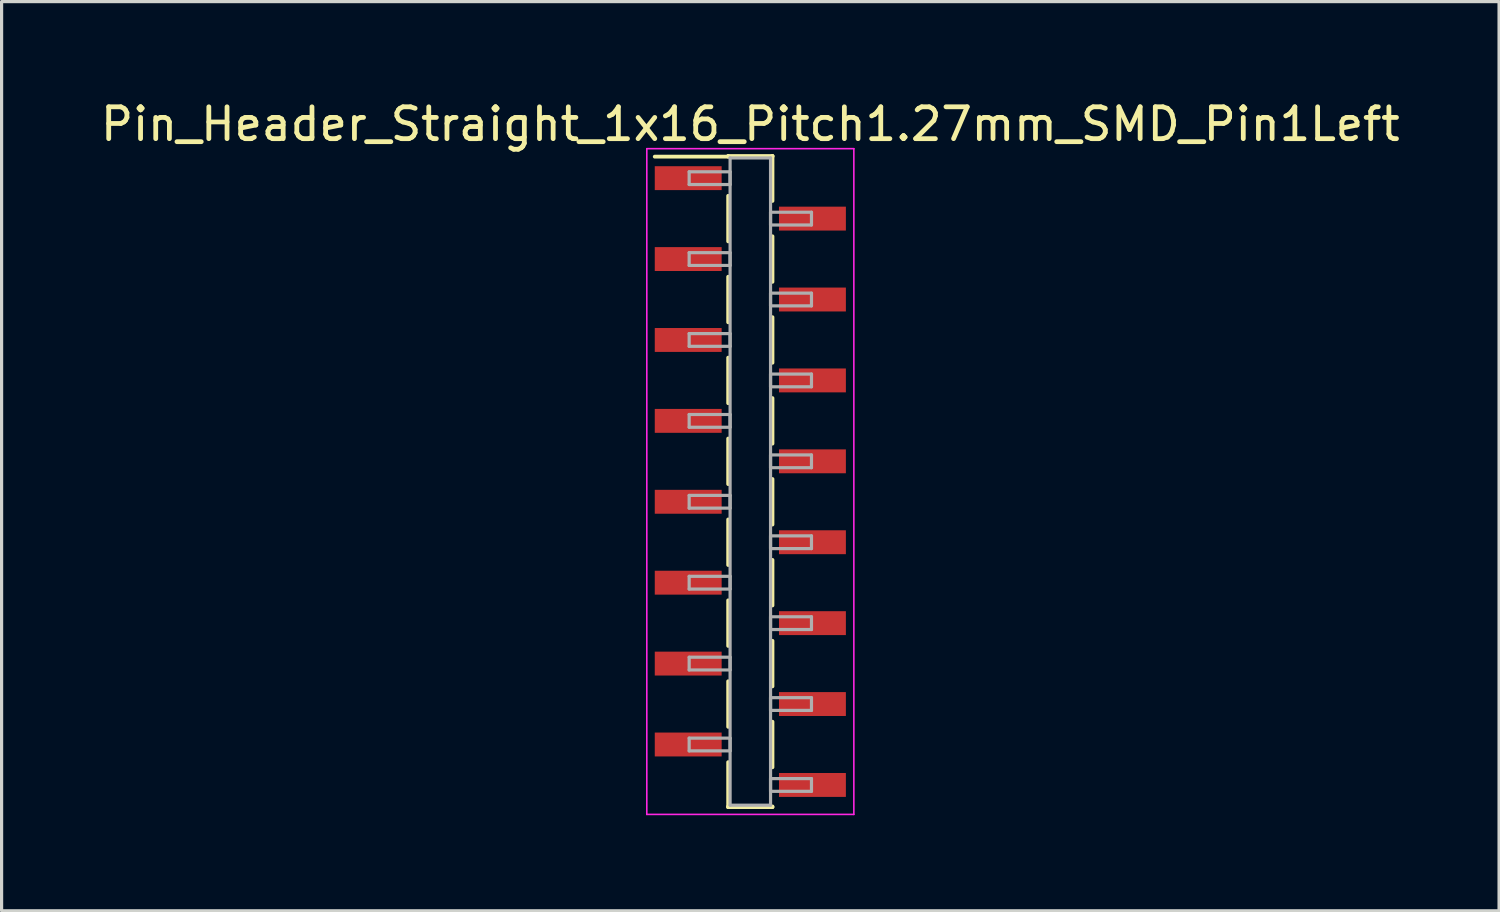
<source format=kicad_pcb>
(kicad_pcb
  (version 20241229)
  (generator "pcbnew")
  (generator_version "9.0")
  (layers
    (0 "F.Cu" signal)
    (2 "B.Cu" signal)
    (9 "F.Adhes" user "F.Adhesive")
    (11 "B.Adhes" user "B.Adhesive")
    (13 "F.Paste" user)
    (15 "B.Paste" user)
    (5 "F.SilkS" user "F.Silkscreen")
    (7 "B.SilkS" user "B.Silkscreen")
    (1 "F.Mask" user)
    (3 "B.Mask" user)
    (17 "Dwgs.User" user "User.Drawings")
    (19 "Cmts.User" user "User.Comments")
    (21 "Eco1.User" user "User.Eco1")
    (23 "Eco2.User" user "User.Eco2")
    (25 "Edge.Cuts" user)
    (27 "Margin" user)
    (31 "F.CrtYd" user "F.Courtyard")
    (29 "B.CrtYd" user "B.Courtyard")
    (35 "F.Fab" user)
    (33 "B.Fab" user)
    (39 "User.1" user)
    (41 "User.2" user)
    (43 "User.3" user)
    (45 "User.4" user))
  (footprint "Pin_Header_Straight_1x16_Pitch1.27mm_SMD_Pin1Left"
    (layer "F.Cu")
    (at 20.506 12.068)
    (property "Reference" "Pin_Header_Straight_1x16_Pitch1.27mm_SMD_Pin1Left" (at 0 -11.22 0) (layer "F.SilkS") (effects (font (size 1 1) (thickness 0.15))))
    (attr smd)
    (fp_line (start -0.695 -10.22) (end 0.695 -10.22) (stroke (width 0.12) (type solid)) (layer "F.SilkS"))
    (fp_line (start -0.695 -10.2) (end -3 -10.2) (stroke (width 0.12) (type solid)) (layer "F.SilkS"))
    (fp_line (start -0.695 -10.2) (end -0.695 -10.22) (stroke (width 0.12) (type solid)) (layer "F.SilkS"))
    (fp_line (start -0.695 -8.97) (end -0.695 -7.54) (stroke (width 0.12) (type solid)) (layer "F.SilkS"))
    (fp_line (start -0.695 -6.43) (end -0.695 -5) (stroke (width 0.12) (type solid)) (layer "F.SilkS"))
    (fp_line (start -0.695 -3.89) (end -0.695 -2.46) (stroke (width 0.12) (type solid)) (layer "F.SilkS"))
    (fp_line (start -0.695 -1.35) (end -0.695 0.08) (stroke (width 0.12) (type solid)) (layer "F.SilkS"))
    (fp_line (start -0.695 1.19) (end -0.695 2.62) (stroke (width 0.12) (type solid)) (layer "F.SilkS"))
    (fp_line (start -0.695 3.73) (end -0.695 5.16) (stroke (width 0.12) (type solid)) (layer "F.SilkS"))
    (fp_line (start -0.695 6.27) (end -0.695 7.7) (stroke (width 0.12) (type solid)) (layer "F.SilkS"))
    (fp_line (start -0.695 8.81) (end -0.695 10.22) (stroke (width 0.12) (type solid)) (layer "F.SilkS"))
    (fp_line (start -0.695 10.2) (end -0.695 10.22) (stroke (width 0.12) (type solid)) (layer "F.SilkS"))
    (fp_line (start -0.695 10.22) (end 0.695 10.22) (stroke (width 0.12) (type solid)) (layer "F.SilkS"))
    (fp_line (start 0.695 -10.22) (end 0.695 -10.2) (stroke (width 0.12) (type solid)) (layer "F.SilkS"))
    (fp_line (start 0.695 -10.22) (end 0.695 -8.81) (stroke (width 0.12) (type solid)) (layer "F.SilkS"))
    (fp_line (start 0.695 -7.7) (end 0.695 -6.27) (stroke (width 0.12) (type solid)) (layer "F.SilkS"))
    (fp_line (start 0.695 -5.16) (end 0.695 -3.73) (stroke (width 0.12) (type solid)) (layer "F.SilkS"))
    (fp_line (start 0.695 -2.62) (end 0.695 -1.19) (stroke (width 0.12) (type solid)) (layer "F.SilkS"))
    (fp_line (start 0.695 -0.08) (end 0.695 1.35) (stroke (width 0.12) (type solid)) (layer "F.SilkS"))
    (fp_line (start 0.695 2.46) (end 0.695 3.89) (stroke (width 0.12) (type solid)) (layer "F.SilkS"))
    (fp_line (start 0.695 5) (end 0.695 6.43) (stroke (width 0.12) (type solid)) (layer "F.SilkS"))
    (fp_line (start 0.695 7.54) (end 0.695 8.97) (stroke (width 0.12) (type solid)) (layer "F.SilkS"))
    (fp_line (start 0.695 10.22) (end 0.695 10.2) (stroke (width 0.12) (type solid)) (layer "F.SilkS"))
    (fp_line (start -3.25 -10.45) (end -3.25 10.45) (stroke (width 0.05) (type solid)) (layer "F.CrtYd"))
    (fp_line (start -3.25 10.45) (end 3.25 10.45) (stroke (width 0.05) (type solid)) (layer "F.CrtYd"))
    (fp_line (start 3.25 -10.45) (end -3.25 -10.45) (stroke (width 0.05) (type solid)) (layer "F.CrtYd"))
    (fp_line (start 3.25 10.45) (end 3.25 -10.45) (stroke (width 0.05) (type solid)) (layer "F.CrtYd"))
    (fp_line (start -1.92 -9.725) (end -0.635 -9.725) (stroke (width 0.1) (type solid)) (layer "F.Fab"))
    (fp_line (start -1.92 -9.325) (end -1.92 -9.725) (stroke (width 0.1) (type solid)) (layer "F.Fab"))
    (fp_line (start -1.92 -7.185) (end -0.635 -7.185) (stroke (width 0.1) (type solid)) (layer "F.Fab"))
    (fp_line (start -1.92 -6.785) (end -1.92 -7.185) (stroke (width 0.1) (type solid)) (layer "F.Fab"))
    (fp_line (start -1.92 -4.645) (end -0.635 -4.645) (stroke (width 0.1) (type solid)) (layer "F.Fab"))
    (fp_line (start -1.92 -4.245) (end -1.92 -4.645) (stroke (width 0.1) (type solid)) (layer "F.Fab"))
    (fp_line (start -1.92 -2.105) (end -0.635 -2.105) (stroke (width 0.1) (type solid)) (layer "F.Fab"))
    (fp_line (start -1.92 -1.705) (end -1.92 -2.105) (stroke (width 0.1) (type solid)) (layer "F.Fab"))
    (fp_line (start -1.92 0.435) (end -0.635 0.435) (stroke (width 0.1) (type solid)) (layer "F.Fab"))
    (fp_line (start -1.92 0.835) (end -1.92 0.435) (stroke (width 0.1) (type solid)) (layer "F.Fab"))
    (fp_line (start -1.92 2.975) (end -0.635 2.975) (stroke (width 0.1) (type solid)) (layer "F.Fab"))
    (fp_line (start -1.92 3.375) (end -1.92 2.975) (stroke (width 0.1) (type solid)) (layer "F.Fab"))
    (fp_line (start -1.92 5.515) (end -0.635 5.515) (stroke (width 0.1) (type solid)) (layer "F.Fab"))
    (fp_line (start -1.92 5.915) (end -1.92 5.515) (stroke (width 0.1) (type solid)) (layer "F.Fab"))
    (fp_line (start -1.92 8.055) (end -0.635 8.055) (stroke (width 0.1) (type solid)) (layer "F.Fab"))
    (fp_line (start -1.92 8.455) (end -1.92 8.055) (stroke (width 0.1) (type solid)) (layer "F.Fab"))
    (fp_line (start -0.635 -10.16) (end -0.635 10.16) (stroke (width 0.1) (type solid)) (layer "F.Fab"))
    (fp_line (start -0.635 -9.725) (end -0.635 -9.325) (stroke (width 0.1) (type solid)) (layer "F.Fab"))
    (fp_line (start -0.635 -9.325) (end -1.92 -9.325) (stroke (width 0.1) (type solid)) (layer "F.Fab"))
    (fp_line (start -0.635 -7.185) (end -0.635 -6.785) (stroke (width 0.1) (type solid)) (layer "F.Fab"))
    (fp_line (start -0.635 -6.785) (end -1.92 -6.785) (stroke (width 0.1) (type solid)) (layer "F.Fab"))
    (fp_line (start -0.635 -4.645) (end -0.635 -4.245) (stroke (width 0.1) (type solid)) (layer "F.Fab"))
    (fp_line (start -0.635 -4.245) (end -1.92 -4.245) (stroke (width 0.1) (type solid)) (layer "F.Fab"))
    (fp_line (start -0.635 -2.105) (end -0.635 -1.705) (stroke (width 0.1) (type solid)) (layer "F.Fab"))
    (fp_line (start -0.635 -1.705) (end -1.92 -1.705) (stroke (width 0.1) (type solid)) (layer "F.Fab"))
    (fp_line (start -0.635 0.435) (end -0.635 0.835) (stroke (width 0.1) (type solid)) (layer "F.Fab"))
    (fp_line (start -0.635 0.835) (end -1.92 0.835) (stroke (width 0.1) (type solid)) (layer "F.Fab"))
    (fp_line (start -0.635 2.975) (end -0.635 3.375) (stroke (width 0.1) (type solid)) (layer "F.Fab"))
    (fp_line (start -0.635 3.375) (end -1.92 3.375) (stroke (width 0.1) (type solid)) (layer "F.Fab"))
    (fp_line (start -0.635 5.515) (end -0.635 5.915) (stroke (width 0.1) (type solid)) (layer "F.Fab"))
    (fp_line (start -0.635 5.915) (end -1.92 5.915) (stroke (width 0.1) (type solid)) (layer "F.Fab"))
    (fp_line (start -0.635 8.055) (end -0.635 8.455) (stroke (width 0.1) (type solid)) (layer "F.Fab"))
    (fp_line (start -0.635 8.455) (end -1.92 8.455) (stroke (width 0.1) (type solid)) (layer "F.Fab"))
    (fp_line (start -0.635 10.16) (end 0.635 10.16) (stroke (width 0.1) (type solid)) (layer "F.Fab"))
    (fp_line (start 0.635 -10.16) (end -0.635 -10.16) (stroke (width 0.1) (type solid)) (layer "F.Fab"))
    (fp_line (start 0.635 -8.455) (end 0.635 -8.055) (stroke (width 0.1) (type solid)) (layer "F.Fab"))
    (fp_line (start 0.635 -8.055) (end 1.92 -8.055) (stroke (width 0.1) (type solid)) (layer "F.Fab"))
    (fp_line (start 0.635 -5.915) (end 0.635 -5.515) (stroke (width 0.1) (type solid)) (layer "F.Fab"))
    (fp_line (start 0.635 -5.515) (end 1.92 -5.515) (stroke (width 0.1) (type solid)) (layer "F.Fab"))
    (fp_line (start 0.635 -3.375) (end 0.635 -2.975) (stroke (width 0.1) (type solid)) (layer "F.Fab"))
    (fp_line (start 0.635 -2.975) (end 1.92 -2.975) (stroke (width 0.1) (type solid)) (layer "F.Fab"))
    (fp_line (start 0.635 -0.835) (end 0.635 -0.435) (stroke (width 0.1) (type solid)) (layer "F.Fab"))
    (fp_line (start 0.635 -0.435) (end 1.92 -0.435) (stroke (width 0.1) (type solid)) (layer "F.Fab"))
    (fp_line (start 0.635 1.705) (end 0.635 2.105) (stroke (width 0.1) (type solid)) (layer "F.Fab"))
    (fp_line (start 0.635 2.105) (end 1.92 2.105) (stroke (width 0.1) (type solid)) (layer "F.Fab"))
    (fp_line (start 0.635 4.245) (end 0.635 4.645) (stroke (width 0.1) (type solid)) (layer "F.Fab"))
    (fp_line (start 0.635 4.645) (end 1.92 4.645) (stroke (width 0.1) (type solid)) (layer "F.Fab"))
    (fp_line (start 0.635 6.785) (end 0.635 7.185) (stroke (width 0.1) (type solid)) (layer "F.Fab"))
    (fp_line (start 0.635 7.185) (end 1.92 7.185) (stroke (width 0.1) (type solid)) (layer "F.Fab"))
    (fp_line (start 0.635 9.325) (end 0.635 9.725) (stroke (width 0.1) (type solid)) (layer "F.Fab"))
    (fp_line (start 0.635 9.725) (end 1.92 9.725) (stroke (width 0.1) (type solid)) (layer "F.Fab"))
    (fp_line (start 0.635 10.16) (end 0.635 -10.16) (stroke (width 0.1) (type solid)) (layer "F.Fab"))
    (fp_line (start 1.92 -8.455) (end 0.635 -8.455) (stroke (width 0.1) (type solid)) (layer "F.Fab"))
    (fp_line (start 1.92 -8.055) (end 1.92 -8.455) (stroke (width 0.1) (type solid)) (layer "F.Fab"))
    (fp_line (start 1.92 -5.915) (end 0.635 -5.915) (stroke (width 0.1) (type solid)) (layer "F.Fab"))
    (fp_line (start 1.92 -5.515) (end 1.92 -5.915) (stroke (width 0.1) (type solid)) (layer "F.Fab"))
    (fp_line (start 1.92 -3.375) (end 0.635 -3.375) (stroke (width 0.1) (type solid)) (layer "F.Fab"))
    (fp_line (start 1.92 -2.975) (end 1.92 -3.375) (stroke (width 0.1) (type solid)) (layer "F.Fab"))
    (fp_line (start 1.92 -0.835) (end 0.635 -0.835) (stroke (width 0.1) (type solid)) (layer "F.Fab"))
    (fp_line (start 1.92 -0.435) (end 1.92 -0.835) (stroke (width 0.1) (type solid)) (layer "F.Fab"))
    (fp_line (start 1.92 1.705) (end 0.635 1.705) (stroke (width 0.1) (type solid)) (layer "F.Fab"))
    (fp_line (start 1.92 2.105) (end 1.92 1.705) (stroke (width 0.1) (type solid)) (layer "F.Fab"))
    (fp_line (start 1.92 4.245) (end 0.635 4.245) (stroke (width 0.1) (type solid)) (layer "F.Fab"))
    (fp_line (start 1.92 4.645) (end 1.92 4.245) (stroke (width 0.1) (type solid)) (layer "F.Fab"))
    (fp_line (start 1.92 6.785) (end 0.635 6.785) (stroke (width 0.1) (type solid)) (layer "F.Fab"))
    (fp_line (start 1.92 7.185) (end 1.92 6.785) (stroke (width 0.1) (type solid)) (layer "F.Fab"))
    (fp_line (start 1.92 9.325) (end 0.635 9.325) (stroke (width 0.1) (type solid)) (layer "F.Fab"))
    (fp_line (start 1.92 9.725) (end 1.92 9.325) (stroke (width 0.1) (type solid)) (layer "F.Fab"))
    (pad "1" smd rect (at -1.95 -9.525) (size 2.1 0.75) (layers "F.Cu" "F.Mask"))
    (pad "2" smd rect (at 1.95 -8.255) (size 2.1 0.75) (layers "F.Cu" "F.Mask"))
    (pad "3" smd rect (at -1.95 -6.985) (size 2.1 0.75) (layers "F.Cu" "F.Mask"))
    (pad "4" smd rect (at 1.95 -5.715) (size 2.1 0.75) (layers "F.Cu" "F.Mask"))
    (pad "5" smd rect (at -1.95 -4.445) (size 2.1 0.75) (layers "F.Cu" "F.Mask"))
    (pad "6" smd rect (at 1.95 -3.175) (size 2.1 0.75) (layers "F.Cu" "F.Mask"))
    (pad "7" smd rect (at -1.95 -1.905) (size 2.1 0.75) (layers "F.Cu" "F.Mask"))
    (pad "8" smd rect (at 1.95 -0.635) (size 2.1 0.75) (layers "F.Cu" "F.Mask"))
    (pad "9" smd rect (at -1.95 0.635) (size 2.1 0.75) (layers "F.Cu" "F.Mask"))
    (pad "10" smd rect (at 1.95 1.905) (size 2.1 0.75) (layers "F.Cu" "F.Mask"))
    (pad "11" smd rect (at -1.95 3.175) (size 2.1 0.75) (layers "F.Cu" "F.Mask"))
    (pad "12" smd rect (at 1.95 4.445) (size 2.1 0.75) (layers "F.Cu" "F.Mask"))
    (pad "13" smd rect (at -1.95 5.715) (size 2.1 0.75) (layers "F.Cu" "F.Mask"))
    (pad "14" smd rect (at 1.95 6.985) (size 2.1 0.75) (layers "F.Cu" "F.Mask"))
    (pad "15" smd rect (at -1.95 8.255) (size 2.1 0.75) (layers "F.Cu" "F.Mask"))
    (pad "16" smd rect (at 1.95 9.525) (size 2.1 0.75) (layers "F.Cu" "F.Mask")))
  (gr_rect
    (start -3 -3)
    (end 44.012 25.543)
    (stroke (width 0.1) (type default))
    (fill no)
    (layer "Edge.Cuts")))
</source>
